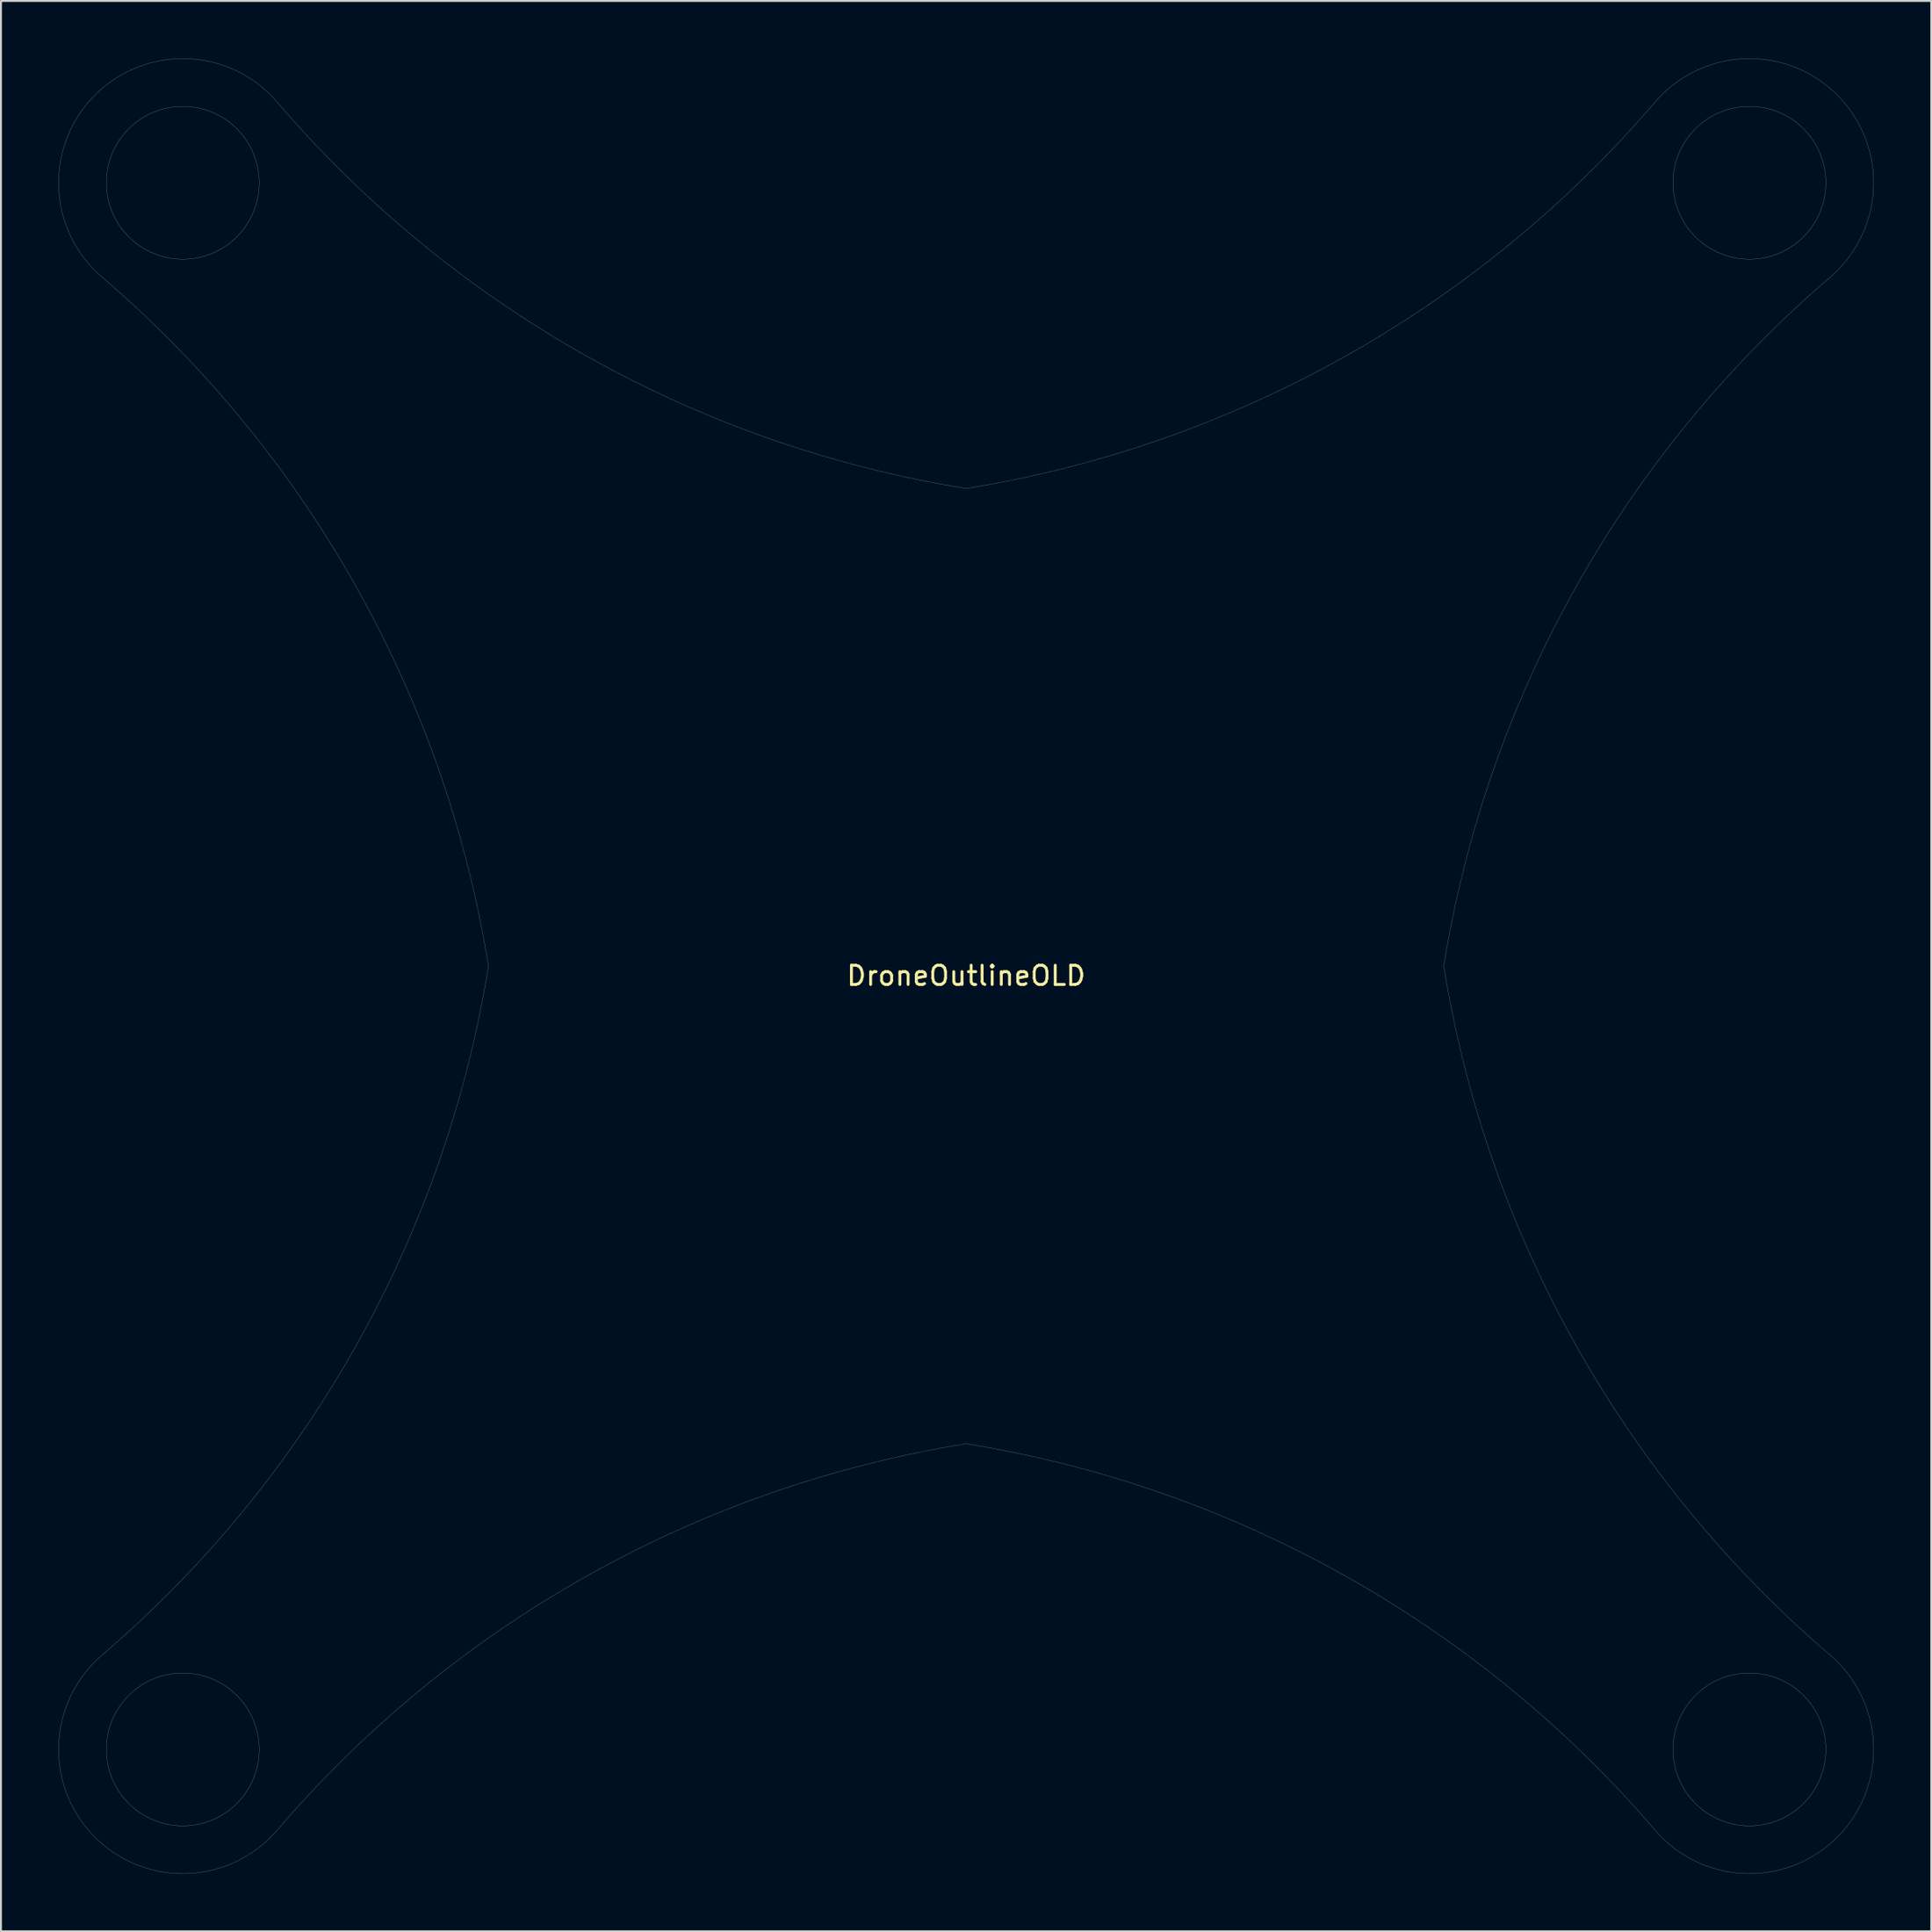
<source format=kicad_pcb>
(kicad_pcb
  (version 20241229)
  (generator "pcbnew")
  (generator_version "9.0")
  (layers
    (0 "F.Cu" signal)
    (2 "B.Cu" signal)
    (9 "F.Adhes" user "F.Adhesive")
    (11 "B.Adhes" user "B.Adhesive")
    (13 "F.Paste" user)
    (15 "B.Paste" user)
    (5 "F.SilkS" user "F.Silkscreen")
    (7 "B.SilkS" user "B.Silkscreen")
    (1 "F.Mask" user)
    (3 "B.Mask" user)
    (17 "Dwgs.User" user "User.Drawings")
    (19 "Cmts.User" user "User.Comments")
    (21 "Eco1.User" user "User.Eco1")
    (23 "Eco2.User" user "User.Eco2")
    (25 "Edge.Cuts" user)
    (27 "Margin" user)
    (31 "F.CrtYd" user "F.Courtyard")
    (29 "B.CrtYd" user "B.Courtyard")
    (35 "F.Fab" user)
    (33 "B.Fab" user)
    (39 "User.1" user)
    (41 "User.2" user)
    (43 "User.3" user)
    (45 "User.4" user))
  (footprint "DroneOutlineOLD"
    (layer "F.Cu")
    (at 47.299 47.299)
    (property "Reference" "DroneOutlineOLD" (at 0 0.5 0) (layer "F.SilkS") (effects (font (size 1 1) (thickness 0.15))))
    (attr through_hole)
    (fp_arc (start -45.031029 -35.905846) (mid -31.770937 -19.742468) (end -24.892 0) (stroke (width 0.00784) (type solid)) (layer "Edge.Cuts"))
    (fp_arc (start -45.031028 -35.905844) (mid -45.399218 -45.399217) (end -35.905845 -45.031029) (stroke (width 0.00784) (type solid)) (layer "Edge.Cuts"))
    (fp_arc (start -35.905846 45.031029) (mid -19.742468 31.770937) (end 0 24.892) (stroke (width 0.00784) (type solid)) (layer "Edge.Cuts"))
    (fp_arc (start -35.905844 45.031028) (mid -45.399217 45.399218) (end -45.031029 35.905845) (stroke (width 0.00784) (type solid)) (layer "Edge.Cuts"))
    (fp_arc (start -24.892 -0.000001) (mid -31.770937 19.742467) (end -45.031029 35.905845) (stroke (width 0.00784) (type solid)) (layer "Edge.Cuts"))
    (fp_arc (start -0.000001 24.892) (mid 19.742467 31.770937) (end 35.905845 45.031029) (stroke (width 0.00784) (type solid)) (layer "Edge.Cuts"))
    (fp_arc (start 0.000001 -24.892) (mid -19.742467 -31.770937) (end -35.905845 -45.031029) (stroke (width 0.00784) (type solid)) (layer "Edge.Cuts"))
    (fp_arc (start 24.892 0.000001) (mid 31.770937 -19.742467) (end 45.031029 -35.905845) (stroke (width 0.00784) (type solid)) (layer "Edge.Cuts"))
    (fp_arc (start 35.905844 -45.031028) (mid 45.399217 -45.399218) (end 45.031029 -35.905845) (stroke (width 0.00784) (type solid)) (layer "Edge.Cuts"))
    (fp_arc (start 35.905846 -45.031029) (mid 19.742468 -31.770937) (end 0 -24.892) (stroke (width 0.00784) (type solid)) (layer "Edge.Cuts"))
    (fp_arc (start 45.031028 35.905844) (mid 45.399218 45.399217) (end 35.905845 45.031029) (stroke (width 0.00784) (type solid)) (layer "Edge.Cuts"))
    (fp_arc (start 45.031029 35.905846) (mid 31.770937 19.742468) (end 24.892 0) (stroke (width 0.00784) (type solid)) (layer "Edge.Cuts"))
    (fp_circle (center -40.823 -40.823) (end -36.84 -40.823) (stroke (width 0.008) (type solid)) (fill no) (layer "Edge.Cuts"))
    (fp_circle (center -40.823 40.823) (end -36.84 40.823) (stroke (width 0.008) (type solid)) (fill no) (layer "Edge.Cuts"))
    (fp_circle (center 40.823 -40.823) (end 44.806 -40.823) (stroke (width 0.008) (type solid)) (fill no) (layer "Edge.Cuts"))
    (fp_circle (center 40.823 40.823) (end 44.806 40.823) (stroke (width 0.008) (type solid)) (fill no) (layer "Edge.Cuts")))
  (gr_rect
    (start -3 -3)
    (end 97.597 97.597)
    (stroke (width 0.1) (type default))
    (fill no)
    (layer "Edge.Cuts")))
</source>
